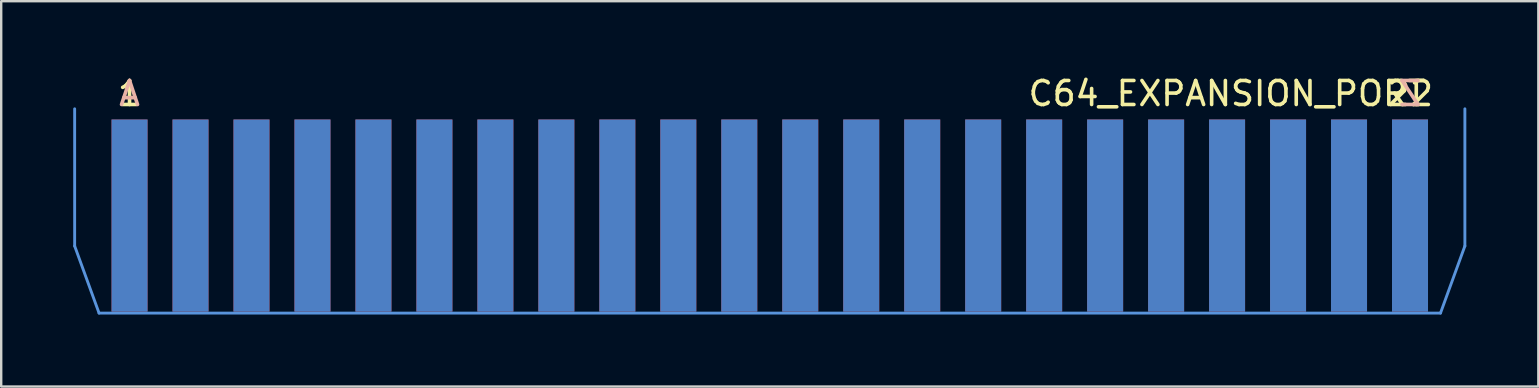
<source format=kicad_pcb>
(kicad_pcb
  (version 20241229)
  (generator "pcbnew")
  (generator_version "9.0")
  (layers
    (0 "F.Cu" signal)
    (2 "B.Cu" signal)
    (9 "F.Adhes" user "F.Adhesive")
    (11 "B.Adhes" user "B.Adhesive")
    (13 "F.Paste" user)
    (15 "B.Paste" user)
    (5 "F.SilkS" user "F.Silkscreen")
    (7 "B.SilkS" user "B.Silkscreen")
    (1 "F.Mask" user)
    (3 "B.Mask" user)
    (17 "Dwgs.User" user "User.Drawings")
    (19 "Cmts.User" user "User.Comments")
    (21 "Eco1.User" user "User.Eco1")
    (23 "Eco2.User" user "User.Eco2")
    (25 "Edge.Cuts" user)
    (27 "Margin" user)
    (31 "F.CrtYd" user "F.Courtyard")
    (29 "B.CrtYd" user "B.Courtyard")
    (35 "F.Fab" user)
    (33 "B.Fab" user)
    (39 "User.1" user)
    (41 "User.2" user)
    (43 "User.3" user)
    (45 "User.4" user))
  (footprint "C64_EXPANSION_PORT"
    (layer "F.Cu")
    (at 29.016 5.928)
    (property "Reference" "C64_EXPANSION_PORT" (at 19.05 -5.08 0) (layer "F.SilkS") (effects (font (size 1 1) (thickness 0.15))))
    (attr through_hole)
    (fp_line (start -28.956 1.27) (end -28.956 -4.445) (stroke (width 0.12) (type solid)) (layer "Cmts.User"))
    (fp_line (start -27.94 4.064) (end -28.956 1.27) (stroke (width 0.12) (type solid)) (layer "Cmts.User"))
    (fp_line (start -27.94 4.064) (end 27.94 4.064) (stroke (width 0.12) (type solid)) (layer "Cmts.User"))
    (fp_line (start 27.94 4.064) (end 28.956 1.27) (stroke (width 0.12) (type solid)) (layer "Cmts.User"))
    (fp_line (start 28.956 -4.445) (end 28.956 1.27) (stroke (width 0.12) (type solid)) (layer "Cmts.User"))
    (fp_text user "22" (at 26.67 -5.08 0) (layer "F.SilkS") (effects (font (size 1 1) (thickness 0.15))))
    (fp_text user "1" (at -26.67 -5.08 0) (layer "F.SilkS") (effects (font (size 1 1) (thickness 0.15))))
    (fp_text user "Z" (at 26.67 -5.08 0) (layer "B.SilkS") (effects (font (size 1 1) (thickness 0.15)) (justify mirror)))
    (fp_text user "A" (at -26.67 -5.08 0) (layer "B.SilkS") (effects (font (size 1 1) (thickness 0.15)) (justify mirror)))
    (pad "1" connect rect (at -26.67 0) (size 1.5 8) (layers "F.Cu" "F.Mask"))
    (pad "2" connect rect (at -24.13 0) (size 1.5 8) (layers "F.Cu" "F.Mask"))
    (pad "3" connect rect (at -21.59 0) (size 1.5 8) (layers "F.Cu" "F.Mask"))
    (pad "4" connect rect (at -19.05 0) (size 1.5 8) (layers "F.Cu" "F.Mask"))
    (pad "5" connect rect (at -16.51 0) (size 1.5 8) (layers "F.Cu" "F.Mask"))
    (pad "6" connect rect (at -13.97 0) (size 1.5 8) (layers "F.Cu" "F.Mask"))
    (pad "7" connect rect (at -11.43 0) (size 1.5 8) (layers "F.Cu" "F.Mask"))
    (pad "8" connect rect (at -8.89 0) (size 1.5 8) (layers "F.Cu" "F.Mask"))
    (pad "9" connect rect (at -6.35 0) (size 1.5 8) (layers "F.Cu" "F.Mask"))
    (pad "10" connect rect (at -3.81 0) (size 1.5 8) (layers "F.Cu" "F.Mask"))
    (pad "11" connect rect (at -1.27 0) (size 1.5 8) (layers "F.Cu" "F.Mask"))
    (pad "12" connect rect (at 1.27 0) (size 1.5 8) (layers "F.Cu" "F.Mask"))
    (pad "13" connect rect (at 3.81 0) (size 1.5 8) (layers "F.Cu" "F.Mask"))
    (pad "14" connect rect (at 6.35 0) (size 1.5 8) (layers "F.Cu" "F.Mask"))
    (pad "15" connect rect (at 8.89 0) (size 1.5 8) (layers "F.Cu" "F.Mask"))
    (pad "16" connect rect (at 11.43 0) (size 1.5 8) (layers "F.Cu" "F.Mask"))
    (pad "17" connect rect (at 13.97 0) (size 1.5 8) (layers "F.Cu" "F.Mask"))
    (pad "18" connect rect (at 16.51 0) (size 1.5 8) (layers "F.Cu" "F.Mask"))
    (pad "19" connect rect (at 19.05 0) (size 1.5 8) (layers "F.Cu" "F.Mask"))
    (pad "20" connect rect (at 21.59 0) (size 1.5 8) (layers "F.Cu" "F.Mask"))
    (pad "21" connect rect (at 24.13 0) (size 1.5 8) (layers "F.Cu" "F.Mask"))
    (pad "22" connect rect (at 26.67 0) (size 1.5 8) (layers "F.Cu" "F.Mask"))
    (pad "A" connect rect (at -26.67 0) (size 1.5 8) (layers "B.Cu" "B.Mask"))
    (pad "B" connect rect (at -24.13 0) (size 1.5 8) (layers "B.Cu" "B.Mask"))
    (pad "C" connect rect (at -21.59 0) (size 1.5 8) (layers "B.Cu" "B.Mask"))
    (pad "D" connect rect (at -19.05 0) (size 1.5 8) (layers "B.Cu" "B.Mask"))
    (pad "E" connect rect (at -16.51 0) (size 1.5 8) (layers "B.Cu" "B.Mask"))
    (pad "F" connect rect (at -13.97 0) (size 1.5 8) (layers "B.Cu" "B.Mask"))
    (pad "H" connect rect (at -11.43 0) (size 1.5 8) (layers "B.Cu" "B.Mask"))
    (pad "J" connect rect (at -8.89 0) (size 1.5 8) (layers "B.Cu" "B.Mask"))
    (pad "K" connect rect (at -6.35 0) (size 1.5 8) (layers "B.Cu" "B.Mask"))
    (pad "L" connect rect (at -3.81 0) (size 1.5 8) (layers "B.Cu" "B.Mask"))
    (pad "M" connect rect (at -1.27 0) (size 1.5 8) (layers "B.Cu" "B.Mask"))
    (pad "N" connect rect (at 1.27 0) (size 1.5 8) (layers "B.Cu" "B.Mask"))
    (pad "P" connect rect (at 3.81 0) (size 1.5 8) (layers "B.Cu" "B.Mask"))
    (pad "R" connect rect (at 6.35 0) (size 1.5 8) (layers "B.Cu" "B.Mask"))
    (pad "S" connect rect (at 8.89 0) (size 1.5 8) (layers "B.Cu" "B.Mask"))
    (pad "T" connect rect (at 11.43 0) (size 1.5 8) (layers "B.Cu" "B.Mask"))
    (pad "U" connect rect (at 13.97 0) (size 1.5 8) (layers "B.Cu" "B.Mask"))
    (pad "V" connect rect (at 16.51 0) (size 1.5 8) (layers "B.Cu" "B.Mask"))
    (pad "W" connect rect (at 19.05 0) (size 1.5 8) (layers "B.Cu" "B.Mask"))
    (pad "X" connect rect (at 21.59 0) (size 1.5 8) (layers "B.Cu" "B.Mask"))
    (pad "Y" connect rect (at 24.13 0) (size 1.5 8) (layers "B.Cu" "B.Mask"))
    (pad "Z" connect rect (at 26.67 0) (size 1.5 8) (layers "B.Cu" "B.Mask")))
  (gr_rect
    (start -3 -3)
    (end 61.032 13.052)
    (stroke (width 0.1) (type default))
    (fill no)
    (layer "Edge.Cuts")))
</source>
